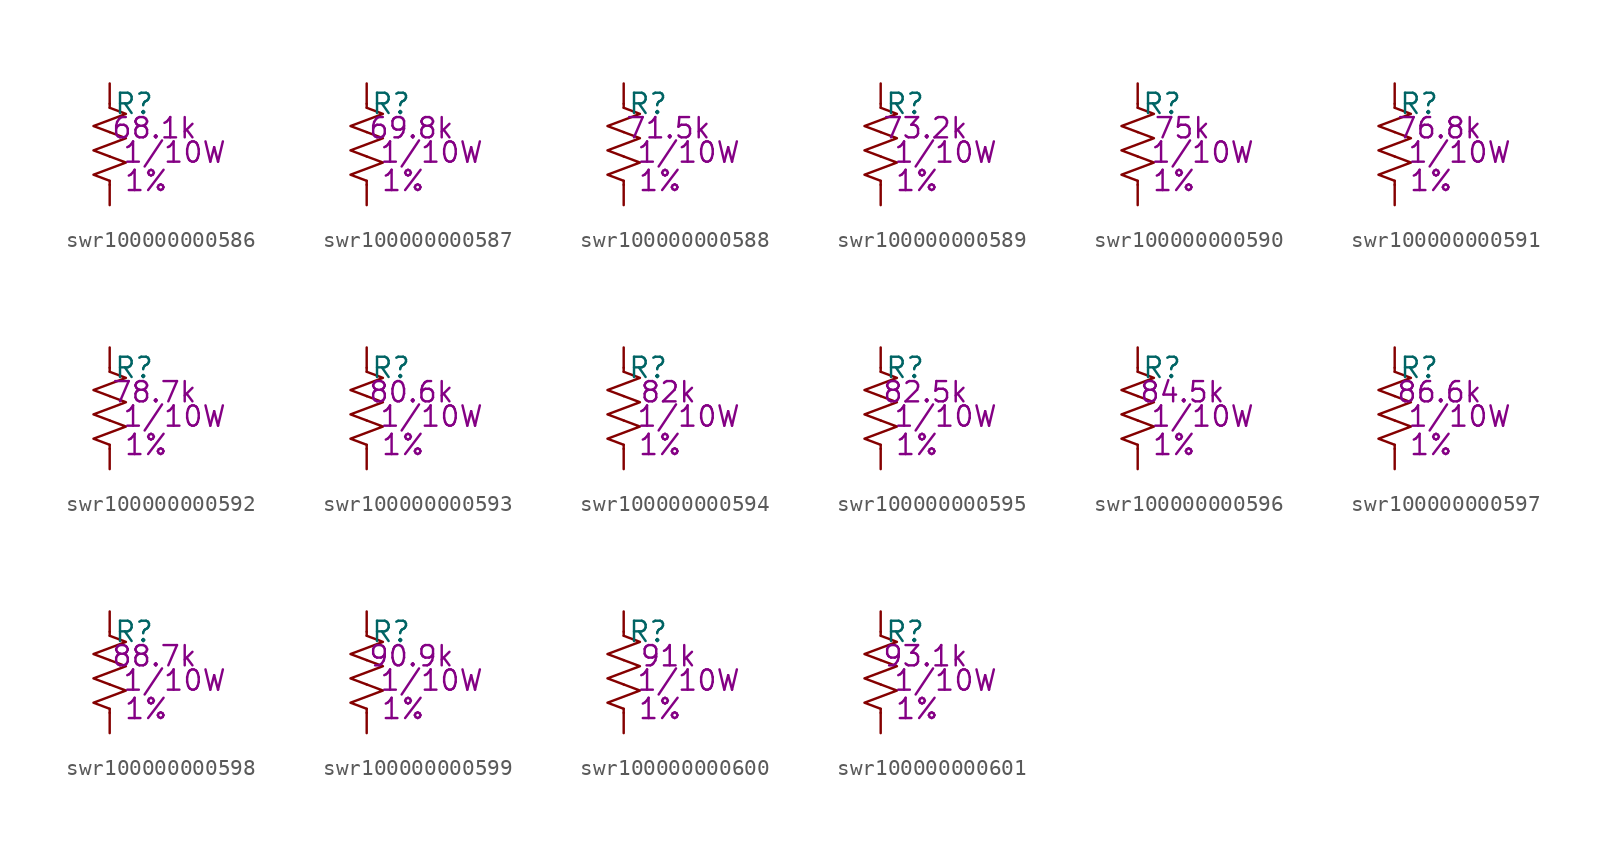
<source format=kicad_sym>
(kicad_symbol_lib
  (version 20211014)
  (generator kicad_symbol_editor)
  (symbol "swr100000000586"
    (pin_numbers hide)
    (pin_names
      (offset 1.016))
    (property "Reference" "R"
      (at 1.524 2.54 0)
      (effects (font (size 1.27 1.27))))
    (property "Tolerance" "1%"
      (at 2.286 -2.286 0)
      (effects (font (size 1.27 1.27))))
    (property "Wattage" "1/10W"
      (at 4.064 -0.508 0)
      (effects (font (size 1.27 1.27))))
    (property "PartValue" "68.1k"
      (at 2.794 1.016 0)
      (effects (font (size 1.27 1.27))))
    (symbol "swr100000000586_1_1"
      (polyline (pts (xy 0 -2.286) (xy 0 -2.54)) (stroke (width 0) (type default) (color 0 0 0 0)) (fill (type none)))
      (polyline (pts (xy 0 2.286) (xy 0 2.54)) (stroke (width 0) (type default) (color 0 0 0 0)) (fill (type none)))
      (polyline (pts (xy 0 -0.762) (xy 1.016 -1.143) (xy 0 -1.524) (xy -1.016 -1.905) (xy 0 -2.286)) (stroke (width 0) (type default) (color 0 0 0 0)) (fill (type none)))
      (polyline (pts (xy 0 0.762) (xy 1.016 0.381) (xy 0 0) (xy -1.016 -0.381) (xy 0 -0.762)) (stroke (width 0) (type default) (color 0 0 0 0)) (fill (type none)))
      (polyline (pts (xy 0 2.286) (xy 1.016 1.905) (xy 0 1.524) (xy -1.016 1.143) (xy 0 0.762)) (stroke (width 0) (type default) (color 0 0 0 0)) (fill (type none)))
      (pin passive line (at 0 3.81 270) (length 1.27) (name "~" (effects (font (size 1.27 1.27)))) (number "1" (effects (font (size 1.27 1.27)))))
      (pin passive line (at 0 -3.81 90) (length 1.27) (name "~" (effects (font (size 1.27 1.27)))) (number "2" (effects (font (size 1.27 1.27)))))))
  (symbol "swr100000000587"
    (pin_numbers hide)
    (pin_names
      (offset 1.016))
    (property "Reference" "R"
      (at 1.524 2.54 0)
      (effects (font (size 1.27 1.27))))
    (property "Tolerance" "1%"
      (at 2.286 -2.286 0)
      (effects (font (size 1.27 1.27))))
    (property "Wattage" "1/10W"
      (at 4.064 -0.508 0)
      (effects (font (size 1.27 1.27))))
    (property "PartValue" "69.8k"
      (at 2.794 1.016 0)
      (effects (font (size 1.27 1.27))))
    (symbol "swr100000000587_1_1"
      (polyline (pts (xy 0 -2.286) (xy 0 -2.54)) (stroke (width 0) (type default) (color 0 0 0 0)) (fill (type none)))
      (polyline (pts (xy 0 2.286) (xy 0 2.54)) (stroke (width 0) (type default) (color 0 0 0 0)) (fill (type none)))
      (polyline (pts (xy 0 -0.762) (xy 1.016 -1.143) (xy 0 -1.524) (xy -1.016 -1.905) (xy 0 -2.286)) (stroke (width 0) (type default) (color 0 0 0 0)) (fill (type none)))
      (polyline (pts (xy 0 0.762) (xy 1.016 0.381) (xy 0 0) (xy -1.016 -0.381) (xy 0 -0.762)) (stroke (width 0) (type default) (color 0 0 0 0)) (fill (type none)))
      (polyline (pts (xy 0 2.286) (xy 1.016 1.905) (xy 0 1.524) (xy -1.016 1.143) (xy 0 0.762)) (stroke (width 0) (type default) (color 0 0 0 0)) (fill (type none)))
      (pin passive line (at 0 3.81 270) (length 1.27) (name "~" (effects (font (size 1.27 1.27)))) (number "1" (effects (font (size 1.27 1.27)))))
      (pin passive line (at 0 -3.81 90) (length 1.27) (name "~" (effects (font (size 1.27 1.27)))) (number "2" (effects (font (size 1.27 1.27)))))))
  (symbol "swr100000000588"
    (pin_numbers hide)
    (pin_names
      (offset 1.016))
    (property "Reference" "R"
      (at 1.524 2.54 0)
      (effects (font (size 1.27 1.27))))
    (property "Tolerance" "1%"
      (at 2.286 -2.286 0)
      (effects (font (size 1.27 1.27))))
    (property "Wattage" "1/10W"
      (at 4.064 -0.508 0)
      (effects (font (size 1.27 1.27))))
    (property "PartValue" "71.5k"
      (at 2.794 1.016 0)
      (effects (font (size 1.27 1.27))))
    (symbol "swr100000000588_1_1"
      (polyline (pts (xy 0 -2.286) (xy 0 -2.54)) (stroke (width 0) (type default) (color 0 0 0 0)) (fill (type none)))
      (polyline (pts (xy 0 2.286) (xy 0 2.54)) (stroke (width 0) (type default) (color 0 0 0 0)) (fill (type none)))
      (polyline (pts (xy 0 -0.762) (xy 1.016 -1.143) (xy 0 -1.524) (xy -1.016 -1.905) (xy 0 -2.286)) (stroke (width 0) (type default) (color 0 0 0 0)) (fill (type none)))
      (polyline (pts (xy 0 0.762) (xy 1.016 0.381) (xy 0 0) (xy -1.016 -0.381) (xy 0 -0.762)) (stroke (width 0) (type default) (color 0 0 0 0)) (fill (type none)))
      (polyline (pts (xy 0 2.286) (xy 1.016 1.905) (xy 0 1.524) (xy -1.016 1.143) (xy 0 0.762)) (stroke (width 0) (type default) (color 0 0 0 0)) (fill (type none)))
      (pin passive line (at 0 3.81 270) (length 1.27) (name "~" (effects (font (size 1.27 1.27)))) (number "1" (effects (font (size 1.27 1.27)))))
      (pin passive line (at 0 -3.81 90) (length 1.27) (name "~" (effects (font (size 1.27 1.27)))) (number "2" (effects (font (size 1.27 1.27)))))))
  (symbol "swr100000000589"
    (pin_numbers hide)
    (pin_names
      (offset 1.016))
    (property "Reference" "R"
      (at 1.524 2.54 0)
      (effects (font (size 1.27 1.27))))
    (property "Tolerance" "1%"
      (at 2.286 -2.286 0)
      (effects (font (size 1.27 1.27))))
    (property "Wattage" "1/10W"
      (at 4.064 -0.508 0)
      (effects (font (size 1.27 1.27))))
    (property "PartValue" "73.2k"
      (at 2.794 1.016 0)
      (effects (font (size 1.27 1.27))))
    (symbol "swr100000000589_1_1"
      (polyline (pts (xy 0 -2.286) (xy 0 -2.54)) (stroke (width 0) (type default) (color 0 0 0 0)) (fill (type none)))
      (polyline (pts (xy 0 2.286) (xy 0 2.54)) (stroke (width 0) (type default) (color 0 0 0 0)) (fill (type none)))
      (polyline (pts (xy 0 -0.762) (xy 1.016 -1.143) (xy 0 -1.524) (xy -1.016 -1.905) (xy 0 -2.286)) (stroke (width 0) (type default) (color 0 0 0 0)) (fill (type none)))
      (polyline (pts (xy 0 0.762) (xy 1.016 0.381) (xy 0 0) (xy -1.016 -0.381) (xy 0 -0.762)) (stroke (width 0) (type default) (color 0 0 0 0)) (fill (type none)))
      (polyline (pts (xy 0 2.286) (xy 1.016 1.905) (xy 0 1.524) (xy -1.016 1.143) (xy 0 0.762)) (stroke (width 0) (type default) (color 0 0 0 0)) (fill (type none)))
      (pin passive line (at 0 3.81 270) (length 1.27) (name "~" (effects (font (size 1.27 1.27)))) (number "1" (effects (font (size 1.27 1.27)))))
      (pin passive line (at 0 -3.81 90) (length 1.27) (name "~" (effects (font (size 1.27 1.27)))) (number "2" (effects (font (size 1.27 1.27)))))))
  (symbol "swr100000000590"
    (pin_numbers hide)
    (pin_names
      (offset 1.016))
    (property "Reference" "R"
      (at 1.524 2.54 0)
      (effects (font (size 1.27 1.27))))
    (property "Tolerance" "1%"
      (at 2.286 -2.286 0)
      (effects (font (size 1.27 1.27))))
    (property "Wattage" "1/10W"
      (at 4.064 -0.508 0)
      (effects (font (size 1.27 1.27))))
    (property "PartValue" "75k"
      (at 2.794 1.016 0)
      (effects (font (size 1.27 1.27))))
    (symbol "swr100000000590_1_1"
      (polyline (pts (xy 0 -2.286) (xy 0 -2.54)) (stroke (width 0) (type default) (color 0 0 0 0)) (fill (type none)))
      (polyline (pts (xy 0 2.286) (xy 0 2.54)) (stroke (width 0) (type default) (color 0 0 0 0)) (fill (type none)))
      (polyline (pts (xy 0 -0.762) (xy 1.016 -1.143) (xy 0 -1.524) (xy -1.016 -1.905) (xy 0 -2.286)) (stroke (width 0) (type default) (color 0 0 0 0)) (fill (type none)))
      (polyline (pts (xy 0 0.762) (xy 1.016 0.381) (xy 0 0) (xy -1.016 -0.381) (xy 0 -0.762)) (stroke (width 0) (type default) (color 0 0 0 0)) (fill (type none)))
      (polyline (pts (xy 0 2.286) (xy 1.016 1.905) (xy 0 1.524) (xy -1.016 1.143) (xy 0 0.762)) (stroke (width 0) (type default) (color 0 0 0 0)) (fill (type none)))
      (pin passive line (at 0 3.81 270) (length 1.27) (name "~" (effects (font (size 1.27 1.27)))) (number "1" (effects (font (size 1.27 1.27)))))
      (pin passive line (at 0 -3.81 90) (length 1.27) (name "~" (effects (font (size 1.27 1.27)))) (number "2" (effects (font (size 1.27 1.27)))))))
  (symbol "swr100000000591"
    (pin_numbers hide)
    (pin_names
      (offset 1.016))
    (property "Reference" "R"
      (at 1.524 2.54 0)
      (effects (font (size 1.27 1.27))))
    (property "Tolerance" "1%"
      (at 2.286 -2.286 0)
      (effects (font (size 1.27 1.27))))
    (property "Wattage" "1/10W"
      (at 4.064 -0.508 0)
      (effects (font (size 1.27 1.27))))
    (property "PartValue" "76.8k"
      (at 2.794 1.016 0)
      (effects (font (size 1.27 1.27))))
    (symbol "swr100000000591_1_1"
      (polyline (pts (xy 0 -2.286) (xy 0 -2.54)) (stroke (width 0) (type default) (color 0 0 0 0)) (fill (type none)))
      (polyline (pts (xy 0 2.286) (xy 0 2.54)) (stroke (width 0) (type default) (color 0 0 0 0)) (fill (type none)))
      (polyline (pts (xy 0 -0.762) (xy 1.016 -1.143) (xy 0 -1.524) (xy -1.016 -1.905) (xy 0 -2.286)) (stroke (width 0) (type default) (color 0 0 0 0)) (fill (type none)))
      (polyline (pts (xy 0 0.762) (xy 1.016 0.381) (xy 0 0) (xy -1.016 -0.381) (xy 0 -0.762)) (stroke (width 0) (type default) (color 0 0 0 0)) (fill (type none)))
      (polyline (pts (xy 0 2.286) (xy 1.016 1.905) (xy 0 1.524) (xy -1.016 1.143) (xy 0 0.762)) (stroke (width 0) (type default) (color 0 0 0 0)) (fill (type none)))
      (pin passive line (at 0 3.81 270) (length 1.27) (name "~" (effects (font (size 1.27 1.27)))) (number "1" (effects (font (size 1.27 1.27)))))
      (pin passive line (at 0 -3.81 90) (length 1.27) (name "~" (effects (font (size 1.27 1.27)))) (number "2" (effects (font (size 1.27 1.27)))))))
  (symbol "swr100000000592"
    (pin_numbers hide)
    (pin_names
      (offset 1.016))
    (property "Reference" "R"
      (at 1.524 2.54 0)
      (effects (font (size 1.27 1.27))))
    (property "Tolerance" "1%"
      (at 2.286 -2.286 0)
      (effects (font (size 1.27 1.27))))
    (property "Wattage" "1/10W"
      (at 4.064 -0.508 0)
      (effects (font (size 1.27 1.27))))
    (property "PartValue" "78.7k"
      (at 2.794 1.016 0)
      (effects (font (size 1.27 1.27))))
    (symbol "swr100000000592_1_1"
      (polyline (pts (xy 0 -2.286) (xy 0 -2.54)) (stroke (width 0) (type default) (color 0 0 0 0)) (fill (type none)))
      (polyline (pts (xy 0 2.286) (xy 0 2.54)) (stroke (width 0) (type default) (color 0 0 0 0)) (fill (type none)))
      (polyline (pts (xy 0 -0.762) (xy 1.016 -1.143) (xy 0 -1.524) (xy -1.016 -1.905) (xy 0 -2.286)) (stroke (width 0) (type default) (color 0 0 0 0)) (fill (type none)))
      (polyline (pts (xy 0 0.762) (xy 1.016 0.381) (xy 0 0) (xy -1.016 -0.381) (xy 0 -0.762)) (stroke (width 0) (type default) (color 0 0 0 0)) (fill (type none)))
      (polyline (pts (xy 0 2.286) (xy 1.016 1.905) (xy 0 1.524) (xy -1.016 1.143) (xy 0 0.762)) (stroke (width 0) (type default) (color 0 0 0 0)) (fill (type none)))
      (pin passive line (at 0 3.81 270) (length 1.27) (name "~" (effects (font (size 1.27 1.27)))) (number "1" (effects (font (size 1.27 1.27)))))
      (pin passive line (at 0 -3.81 90) (length 1.27) (name "~" (effects (font (size 1.27 1.27)))) (number "2" (effects (font (size 1.27 1.27)))))))
  (symbol "swr100000000593"
    (pin_numbers hide)
    (pin_names
      (offset 1.016))
    (property "Reference" "R"
      (at 1.524 2.54 0)
      (effects (font (size 1.27 1.27))))
    (property "Tolerance" "1%"
      (at 2.286 -2.286 0)
      (effects (font (size 1.27 1.27))))
    (property "Wattage" "1/10W"
      (at 4.064 -0.508 0)
      (effects (font (size 1.27 1.27))))
    (property "PartValue" "80.6k"
      (at 2.794 1.016 0)
      (effects (font (size 1.27 1.27))))
    (symbol "swr100000000593_1_1"
      (polyline (pts (xy 0 -2.286) (xy 0 -2.54)) (stroke (width 0) (type default) (color 0 0 0 0)) (fill (type none)))
      (polyline (pts (xy 0 2.286) (xy 0 2.54)) (stroke (width 0) (type default) (color 0 0 0 0)) (fill (type none)))
      (polyline (pts (xy 0 -0.762) (xy 1.016 -1.143) (xy 0 -1.524) (xy -1.016 -1.905) (xy 0 -2.286)) (stroke (width 0) (type default) (color 0 0 0 0)) (fill (type none)))
      (polyline (pts (xy 0 0.762) (xy 1.016 0.381) (xy 0 0) (xy -1.016 -0.381) (xy 0 -0.762)) (stroke (width 0) (type default) (color 0 0 0 0)) (fill (type none)))
      (polyline (pts (xy 0 2.286) (xy 1.016 1.905) (xy 0 1.524) (xy -1.016 1.143) (xy 0 0.762)) (stroke (width 0) (type default) (color 0 0 0 0)) (fill (type none)))
      (pin passive line (at 0 3.81 270) (length 1.27) (name "~" (effects (font (size 1.27 1.27)))) (number "1" (effects (font (size 1.27 1.27)))))
      (pin passive line (at 0 -3.81 90) (length 1.27) (name "~" (effects (font (size 1.27 1.27)))) (number "2" (effects (font (size 1.27 1.27)))))))
  (symbol "swr100000000594"
    (pin_numbers hide)
    (pin_names
      (offset 1.016))
    (property "Reference" "R"
      (at 1.524 2.54 0)
      (effects (font (size 1.27 1.27))))
    (property "Tolerance" "1%"
      (at 2.286 -2.286 0)
      (effects (font (size 1.27 1.27))))
    (property "Wattage" "1/10W"
      (at 4.064 -0.508 0)
      (effects (font (size 1.27 1.27))))
    (property "PartValue" "82k"
      (at 2.794 1.016 0)
      (effects (font (size 1.27 1.27))))
    (symbol "swr100000000594_1_1"
      (polyline (pts (xy 0 -2.286) (xy 0 -2.54)) (stroke (width 0) (type default) (color 0 0 0 0)) (fill (type none)))
      (polyline (pts (xy 0 2.286) (xy 0 2.54)) (stroke (width 0) (type default) (color 0 0 0 0)) (fill (type none)))
      (polyline (pts (xy 0 -0.762) (xy 1.016 -1.143) (xy 0 -1.524) (xy -1.016 -1.905) (xy 0 -2.286)) (stroke (width 0) (type default) (color 0 0 0 0)) (fill (type none)))
      (polyline (pts (xy 0 0.762) (xy 1.016 0.381) (xy 0 0) (xy -1.016 -0.381) (xy 0 -0.762)) (stroke (width 0) (type default) (color 0 0 0 0)) (fill (type none)))
      (polyline (pts (xy 0 2.286) (xy 1.016 1.905) (xy 0 1.524) (xy -1.016 1.143) (xy 0 0.762)) (stroke (width 0) (type default) (color 0 0 0 0)) (fill (type none)))
      (pin passive line (at 0 3.81 270) (length 1.27) (name "~" (effects (font (size 1.27 1.27)))) (number "1" (effects (font (size 1.27 1.27)))))
      (pin passive line (at 0 -3.81 90) (length 1.27) (name "~" (effects (font (size 1.27 1.27)))) (number "2" (effects (font (size 1.27 1.27)))))))
  (symbol "swr100000000595"
    (pin_numbers hide)
    (pin_names
      (offset 1.016))
    (property "Reference" "R"
      (at 1.524 2.54 0)
      (effects (font (size 1.27 1.27))))
    (property "Tolerance" "1%"
      (at 2.286 -2.286 0)
      (effects (font (size 1.27 1.27))))
    (property "Wattage" "1/10W"
      (at 4.064 -0.508 0)
      (effects (font (size 1.27 1.27))))
    (property "PartValue" "82.5k"
      (at 2.794 1.016 0)
      (effects (font (size 1.27 1.27))))
    (symbol "swr100000000595_1_1"
      (polyline (pts (xy 0 -2.286) (xy 0 -2.54)) (stroke (width 0) (type default) (color 0 0 0 0)) (fill (type none)))
      (polyline (pts (xy 0 2.286) (xy 0 2.54)) (stroke (width 0) (type default) (color 0 0 0 0)) (fill (type none)))
      (polyline (pts (xy 0 -0.762) (xy 1.016 -1.143) (xy 0 -1.524) (xy -1.016 -1.905) (xy 0 -2.286)) (stroke (width 0) (type default) (color 0 0 0 0)) (fill (type none)))
      (polyline (pts (xy 0 0.762) (xy 1.016 0.381) (xy 0 0) (xy -1.016 -0.381) (xy 0 -0.762)) (stroke (width 0) (type default) (color 0 0 0 0)) (fill (type none)))
      (polyline (pts (xy 0 2.286) (xy 1.016 1.905) (xy 0 1.524) (xy -1.016 1.143) (xy 0 0.762)) (stroke (width 0) (type default) (color 0 0 0 0)) (fill (type none)))
      (pin passive line (at 0 3.81 270) (length 1.27) (name "~" (effects (font (size 1.27 1.27)))) (number "1" (effects (font (size 1.27 1.27)))))
      (pin passive line (at 0 -3.81 90) (length 1.27) (name "~" (effects (font (size 1.27 1.27)))) (number "2" (effects (font (size 1.27 1.27)))))))
  (symbol "swr100000000596"
    (pin_numbers hide)
    (pin_names
      (offset 1.016))
    (property "Reference" "R"
      (at 1.524 2.54 0)
      (effects (font (size 1.27 1.27))))
    (property "Tolerance" "1%"
      (at 2.286 -2.286 0)
      (effects (font (size 1.27 1.27))))
    (property "Wattage" "1/10W"
      (at 4.064 -0.508 0)
      (effects (font (size 1.27 1.27))))
    (property "PartValue" "84.5k"
      (at 2.794 1.016 0)
      (effects (font (size 1.27 1.27))))
    (symbol "swr100000000596_1_1"
      (polyline (pts (xy 0 -2.286) (xy 0 -2.54)) (stroke (width 0) (type default) (color 0 0 0 0)) (fill (type none)))
      (polyline (pts (xy 0 2.286) (xy 0 2.54)) (stroke (width 0) (type default) (color 0 0 0 0)) (fill (type none)))
      (polyline (pts (xy 0 -0.762) (xy 1.016 -1.143) (xy 0 -1.524) (xy -1.016 -1.905) (xy 0 -2.286)) (stroke (width 0) (type default) (color 0 0 0 0)) (fill (type none)))
      (polyline (pts (xy 0 0.762) (xy 1.016 0.381) (xy 0 0) (xy -1.016 -0.381) (xy 0 -0.762)) (stroke (width 0) (type default) (color 0 0 0 0)) (fill (type none)))
      (polyline (pts (xy 0 2.286) (xy 1.016 1.905) (xy 0 1.524) (xy -1.016 1.143) (xy 0 0.762)) (stroke (width 0) (type default) (color 0 0 0 0)) (fill (type none)))
      (pin passive line (at 0 3.81 270) (length 1.27) (name "~" (effects (font (size 1.27 1.27)))) (number "1" (effects (font (size 1.27 1.27)))))
      (pin passive line (at 0 -3.81 90) (length 1.27) (name "~" (effects (font (size 1.27 1.27)))) (number "2" (effects (font (size 1.27 1.27)))))))
  (symbol "swr100000000597"
    (pin_numbers hide)
    (pin_names
      (offset 1.016))
    (property "Reference" "R"
      (at 1.524 2.54 0)
      (effects (font (size 1.27 1.27))))
    (property "Tolerance" "1%"
      (at 2.286 -2.286 0)
      (effects (font (size 1.27 1.27))))
    (property "Wattage" "1/10W"
      (at 4.064 -0.508 0)
      (effects (font (size 1.27 1.27))))
    (property "PartValue" "86.6k"
      (at 2.794 1.016 0)
      (effects (font (size 1.27 1.27))))
    (symbol "swr100000000597_1_1"
      (polyline (pts (xy 0 -2.286) (xy 0 -2.54)) (stroke (width 0) (type default) (color 0 0 0 0)) (fill (type none)))
      (polyline (pts (xy 0 2.286) (xy 0 2.54)) (stroke (width 0) (type default) (color 0 0 0 0)) (fill (type none)))
      (polyline (pts (xy 0 -0.762) (xy 1.016 -1.143) (xy 0 -1.524) (xy -1.016 -1.905) (xy 0 -2.286)) (stroke (width 0) (type default) (color 0 0 0 0)) (fill (type none)))
      (polyline (pts (xy 0 0.762) (xy 1.016 0.381) (xy 0 0) (xy -1.016 -0.381) (xy 0 -0.762)) (stroke (width 0) (type default) (color 0 0 0 0)) (fill (type none)))
      (polyline (pts (xy 0 2.286) (xy 1.016 1.905) (xy 0 1.524) (xy -1.016 1.143) (xy 0 0.762)) (stroke (width 0) (type default) (color 0 0 0 0)) (fill (type none)))
      (pin passive line (at 0 3.81 270) (length 1.27) (name "~" (effects (font (size 1.27 1.27)))) (number "1" (effects (font (size 1.27 1.27)))))
      (pin passive line (at 0 -3.81 90) (length 1.27) (name "~" (effects (font (size 1.27 1.27)))) (number "2" (effects (font (size 1.27 1.27)))))))
  (symbol "swr100000000598"
    (pin_numbers hide)
    (pin_names
      (offset 1.016))
    (property "Reference" "R"
      (at 1.524 2.54 0)
      (effects (font (size 1.27 1.27))))
    (property "Tolerance" "1%"
      (at 2.286 -2.286 0)
      (effects (font (size 1.27 1.27))))
    (property "Wattage" "1/10W"
      (at 4.064 -0.508 0)
      (effects (font (size 1.27 1.27))))
    (property "PartValue" "88.7k"
      (at 2.794 1.016 0)
      (effects (font (size 1.27 1.27))))
    (symbol "swr100000000598_1_1"
      (polyline (pts (xy 0 -2.286) (xy 0 -2.54)) (stroke (width 0) (type default) (color 0 0 0 0)) (fill (type none)))
      (polyline (pts (xy 0 2.286) (xy 0 2.54)) (stroke (width 0) (type default) (color 0 0 0 0)) (fill (type none)))
      (polyline (pts (xy 0 -0.762) (xy 1.016 -1.143) (xy 0 -1.524) (xy -1.016 -1.905) (xy 0 -2.286)) (stroke (width 0) (type default) (color 0 0 0 0)) (fill (type none)))
      (polyline (pts (xy 0 0.762) (xy 1.016 0.381) (xy 0 0) (xy -1.016 -0.381) (xy 0 -0.762)) (stroke (width 0) (type default) (color 0 0 0 0)) (fill (type none)))
      (polyline (pts (xy 0 2.286) (xy 1.016 1.905) (xy 0 1.524) (xy -1.016 1.143) (xy 0 0.762)) (stroke (width 0) (type default) (color 0 0 0 0)) (fill (type none)))
      (pin passive line (at 0 3.81 270) (length 1.27) (name "~" (effects (font (size 1.27 1.27)))) (number "1" (effects (font (size 1.27 1.27)))))
      (pin passive line (at 0 -3.81 90) (length 1.27) (name "~" (effects (font (size 1.27 1.27)))) (number "2" (effects (font (size 1.27 1.27)))))))
  (symbol "swr100000000599"
    (pin_numbers hide)
    (pin_names
      (offset 1.016))
    (property "Reference" "R"
      (at 1.524 2.54 0)
      (effects (font (size 1.27 1.27))))
    (property "Tolerance" "1%"
      (at 2.286 -2.286 0)
      (effects (font (size 1.27 1.27))))
    (property "Wattage" "1/10W"
      (at 4.064 -0.508 0)
      (effects (font (size 1.27 1.27))))
    (property "PartValue" "90.9k"
      (at 2.794 1.016 0)
      (effects (font (size 1.27 1.27))))
    (symbol "swr100000000599_1_1"
      (polyline (pts (xy 0 -2.286) (xy 0 -2.54)) (stroke (width 0) (type default) (color 0 0 0 0)) (fill (type none)))
      (polyline (pts (xy 0 2.286) (xy 0 2.54)) (stroke (width 0) (type default) (color 0 0 0 0)) (fill (type none)))
      (polyline (pts (xy 0 -0.762) (xy 1.016 -1.143) (xy 0 -1.524) (xy -1.016 -1.905) (xy 0 -2.286)) (stroke (width 0) (type default) (color 0 0 0 0)) (fill (type none)))
      (polyline (pts (xy 0 0.762) (xy 1.016 0.381) (xy 0 0) (xy -1.016 -0.381) (xy 0 -0.762)) (stroke (width 0) (type default) (color 0 0 0 0)) (fill (type none)))
      (polyline (pts (xy 0 2.286) (xy 1.016 1.905) (xy 0 1.524) (xy -1.016 1.143) (xy 0 0.762)) (stroke (width 0) (type default) (color 0 0 0 0)) (fill (type none)))
      (pin passive line (at 0 3.81 270) (length 1.27) (name "~" (effects (font (size 1.27 1.27)))) (number "1" (effects (font (size 1.27 1.27)))))
      (pin passive line (at 0 -3.81 90) (length 1.27) (name "~" (effects (font (size 1.27 1.27)))) (number "2" (effects (font (size 1.27 1.27)))))))
  (symbol "swr100000000600"
    (pin_numbers hide)
    (pin_names
      (offset 1.016))
    (property "Reference" "R"
      (at 1.524 2.54 0)
      (effects (font (size 1.27 1.27))))
    (property "Tolerance" "1%"
      (at 2.286 -2.286 0)
      (effects (font (size 1.27 1.27))))
    (property "Wattage" "1/10W"
      (at 4.064 -0.508 0)
      (effects (font (size 1.27 1.27))))
    (property "PartValue" "91k"
      (at 2.794 1.016 0)
      (effects (font (size 1.27 1.27))))
    (symbol "swr100000000600_1_1"
      (polyline (pts (xy 0 -2.286) (xy 0 -2.54)) (stroke (width 0) (type default) (color 0 0 0 0)) (fill (type none)))
      (polyline (pts (xy 0 2.286) (xy 0 2.54)) (stroke (width 0) (type default) (color 0 0 0 0)) (fill (type none)))
      (polyline (pts (xy 0 -0.762) (xy 1.016 -1.143) (xy 0 -1.524) (xy -1.016 -1.905) (xy 0 -2.286)) (stroke (width 0) (type default) (color 0 0 0 0)) (fill (type none)))
      (polyline (pts (xy 0 0.762) (xy 1.016 0.381) (xy 0 0) (xy -1.016 -0.381) (xy 0 -0.762)) (stroke (width 0) (type default) (color 0 0 0 0)) (fill (type none)))
      (polyline (pts (xy 0 2.286) (xy 1.016 1.905) (xy 0 1.524) (xy -1.016 1.143) (xy 0 0.762)) (stroke (width 0) (type default) (color 0 0 0 0)) (fill (type none)))
      (pin passive line (at 0 3.81 270) (length 1.27) (name "~" (effects (font (size 1.27 1.27)))) (number "1" (effects (font (size 1.27 1.27)))))
      (pin passive line (at 0 -3.81 90) (length 1.27) (name "~" (effects (font (size 1.27 1.27)))) (number "2" (effects (font (size 1.27 1.27)))))))
  (symbol "swr100000000601"
    (pin_numbers hide)
    (pin_names
      (offset 1.016))
    (property "Reference" "R"
      (at 1.524 2.54 0)
      (effects (font (size 1.27 1.27))))
    (property "Tolerance" "1%"
      (at 2.286 -2.286 0)
      (effects (font (size 1.27 1.27))))
    (property "Wattage" "1/10W"
      (at 4.064 -0.508 0)
      (effects (font (size 1.27 1.27))))
    (property "PartValue" "93.1k"
      (at 2.794 1.016 0)
      (effects (font (size 1.27 1.27))))
    (symbol "swr100000000601_1_1"
      (polyline (pts (xy 0 -2.286) (xy 0 -2.54)) (stroke (width 0) (type default) (color 0 0 0 0)) (fill (type none)))
      (polyline (pts (xy 0 2.286) (xy 0 2.54)) (stroke (width 0) (type default) (color 0 0 0 0)) (fill (type none)))
      (polyline (pts (xy 0 -0.762) (xy 1.016 -1.143) (xy 0 -1.524) (xy -1.016 -1.905) (xy 0 -2.286)) (stroke (width 0) (type default) (color 0 0 0 0)) (fill (type none)))
      (polyline (pts (xy 0 0.762) (xy 1.016 0.381) (xy 0 0) (xy -1.016 -0.381) (xy 0 -0.762)) (stroke (width 0) (type default) (color 0 0 0 0)) (fill (type none)))
      (polyline (pts (xy 0 2.286) (xy 1.016 1.905) (xy 0 1.524) (xy -1.016 1.143) (xy 0 0.762)) (stroke (width 0) (type default) (color 0 0 0 0)) (fill (type none)))
      (pin passive line (at 0 3.81 270) (length 1.27) (name "~" (effects (font (size 1.27 1.27)))) (number "1" (effects (font (size 1.27 1.27)))))
      (pin passive line (at 0 -3.81 90) (length 1.27) (name "~" (effects (font (size 1.27 1.27)))) (number "2" (effects (font (size 1.27 1.27))))))))
</source>
